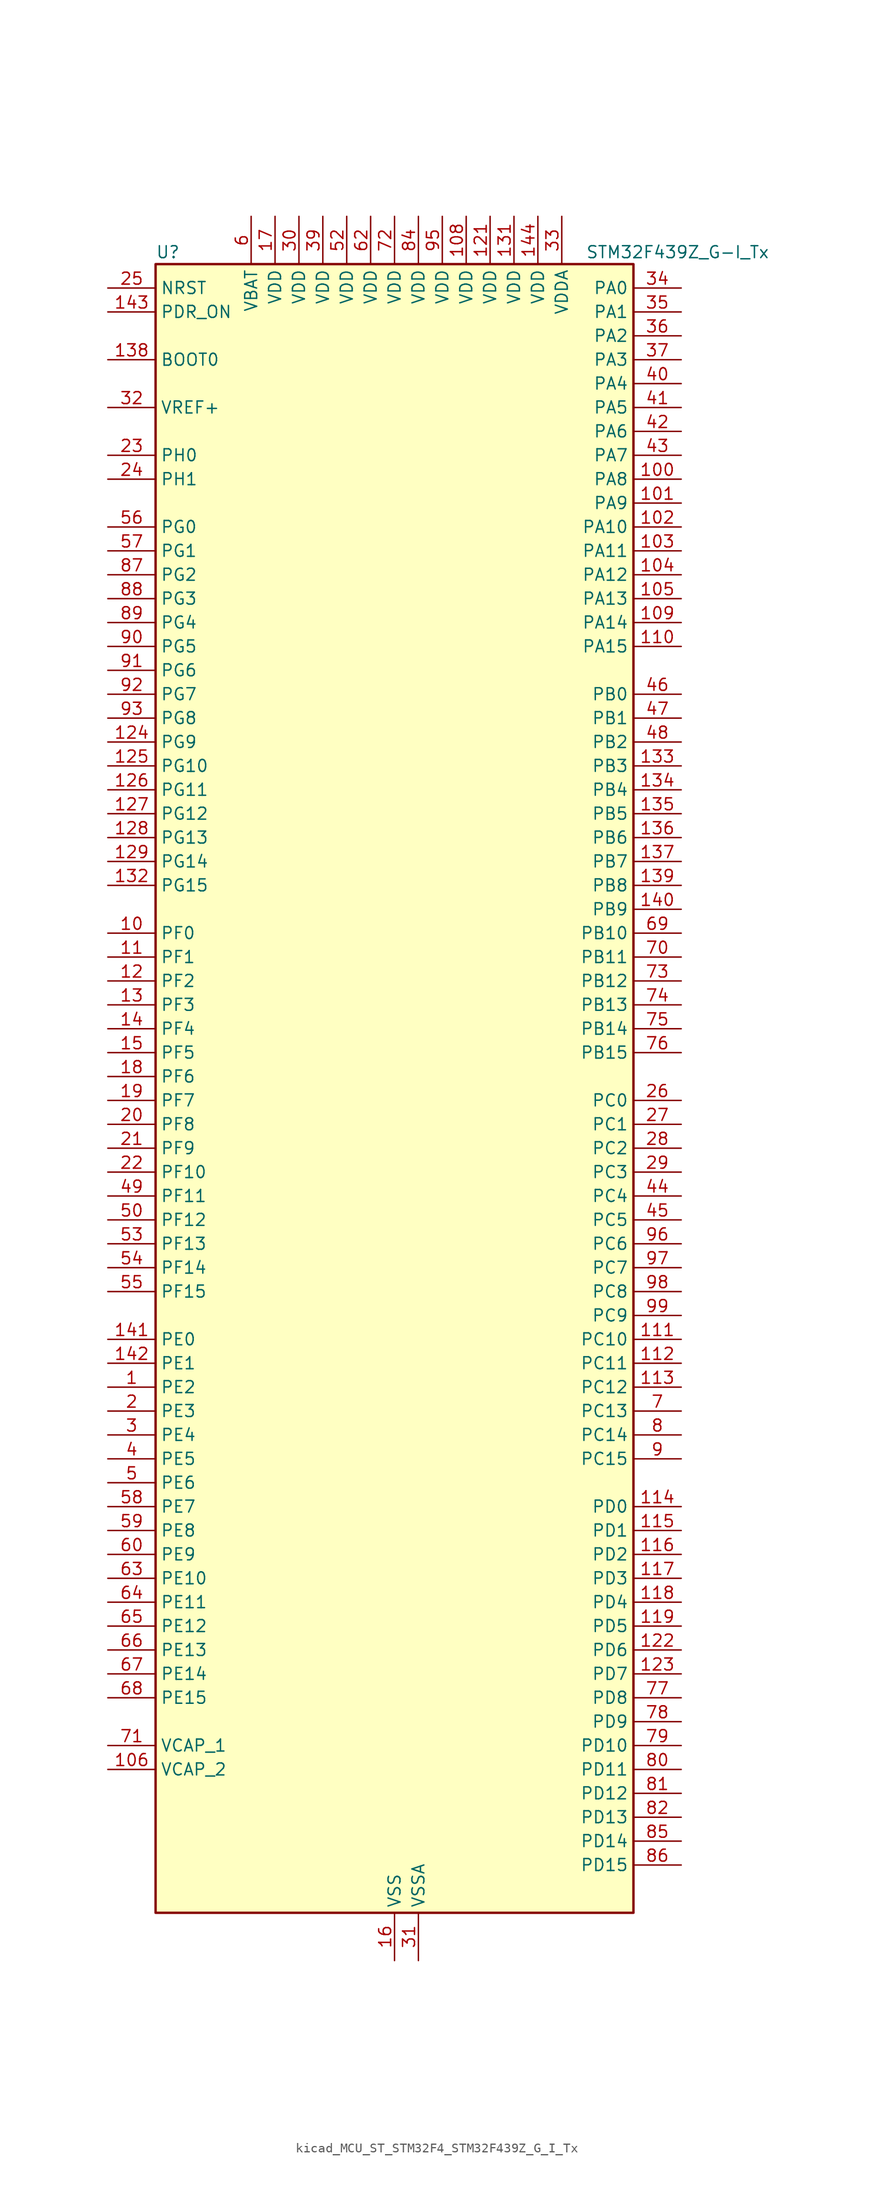
<source format=kicad_sym>
(kicad_symbol_lib
  (version 20220914)
  (generator kicad_symbol_editor)
  (symbol "kicad_MCU_ST_STM32F4_STM32F439Z_G_I_Tx"
    (property "Reference" "U"
      (at -25.4 90.17 0)
      (effects (font (size 1.27 1.27)) (justify left)))
    (property "Value" "STM32F439Z_G-I_Tx"
      (at 20.32 90.17 0)
      (effects (font (size 1.27 1.27)) (justify left)))
    (property "ki_locked" ""
      (at 0 0 0)
      (effects (font (size 1.27 1.27))))
    (symbol "kicad_MCU_ST_STM32F4_STM32F439Z_G_I_Tx_0_1"
      (rectangle (start -25.4 -86.36) (end 25.4 88.9) (stroke (width 0.254) (type default)) (fill (type background))))
    (symbol "kicad_MCU_ST_STM32F4_STM32F439Z_G_I_Tx_1_1"
      (pin bidirectional line (at -30.48 -30.48 0) (length 5.08) (name "PE2" (effects (font (size 1.27 1.27)))) (number "1" (effects (font (size 1.27 1.27)))) (alternate "ETH_TXD3" bidirectional line) (alternate "FMC_A23" bidirectional line) (alternate "SAI1_MCLK_A" bidirectional line) (alternate "SPI4_SCK" bidirectional line) (alternate "SYS_TRACECLK" bidirectional line))
      (pin bidirectional line (at -30.48 17.78 0) (length 5.08) (name "PF0" (effects (font (size 1.27 1.27)))) (number "10" (effects (font (size 1.27 1.27)))) (alternate "FMC_A0" bidirectional line) (alternate "I2C2_SDA" bidirectional line))
      (pin bidirectional line (at 30.48 66.04 180) (length 5.08) (name "PA8" (effects (font (size 1.27 1.27)))) (number "100" (effects (font (size 1.27 1.27)))) (alternate "I2C3_SCL" bidirectional line) (alternate "LTDC_R6" bidirectional line) (alternate "RCC_MCO_1" bidirectional line) (alternate "TIM1_CH1" bidirectional line) (alternate "USART1_CK" bidirectional line) (alternate "USB_OTG_FS_SOF" bidirectional line))
      (pin bidirectional line (at 30.48 63.5 180) (length 5.08) (name "PA9" (effects (font (size 1.27 1.27)))) (number "101" (effects (font (size 1.27 1.27)))) (alternate "DAC_EXTI9" bidirectional line) (alternate "DCMI_D0" bidirectional line) (alternate "I2C3_SMBA" bidirectional line) (alternate "TIM1_CH2" bidirectional line) (alternate "USART1_TX" bidirectional line) (alternate "USB_OTG_FS_VBUS" bidirectional line))
      (pin bidirectional line (at 30.48 60.96 180) (length 5.08) (name "PA10" (effects (font (size 1.27 1.27)))) (number "102" (effects (font (size 1.27 1.27)))) (alternate "DCMI_D1" bidirectional line) (alternate "TIM1_CH3" bidirectional line) (alternate "USART1_RX" bidirectional line) (alternate "USB_OTG_FS_ID" bidirectional line))
      (pin bidirectional line (at 30.48 58.42 180) (length 5.08) (name "PA11" (effects (font (size 1.27 1.27)))) (number "103" (effects (font (size 1.27 1.27)))) (alternate "ADC1_EXTI11" bidirectional line) (alternate "ADC2_EXTI11" bidirectional line) (alternate "ADC3_EXTI11" bidirectional line) (alternate "CAN1_RX" bidirectional line) (alternate "LTDC_R4" bidirectional line) (alternate "TIM1_CH4" bidirectional line) (alternate "USART1_CTS" bidirectional line) (alternate "USB_OTG_FS_DM" bidirectional line))
      (pin bidirectional line (at 30.48 55.88 180) (length 5.08) (name "PA12" (effects (font (size 1.27 1.27)))) (number "104" (effects (font (size 1.27 1.27)))) (alternate "CAN1_TX" bidirectional line) (alternate "LTDC_R5" bidirectional line) (alternate "TIM1_ETR" bidirectional line) (alternate "USART1_RTS" bidirectional line) (alternate "USB_OTG_FS_DP" bidirectional line))
      (pin bidirectional line (at 30.48 53.34 180) (length 5.08) (name "PA13" (effects (font (size 1.27 1.27)))) (number "105" (effects (font (size 1.27 1.27)))) (alternate "SYS_JTMS-SWDIO" bidirectional line))
      (pin power_out line (at -30.48 -71.12 0) (length 5.08) (name "VCAP_2" (effects (font (size 1.27 1.27)))) (number "106" (effects (font (size 1.27 1.27)))))
      (pin passive line (at 0 -91.44 90) (length 5.08) hide (name "VSS" (effects (font (size 1.27 1.27)))) (number "107" (effects (font (size 1.27 1.27)))))
      (pin power_in line (at 7.62 93.98 270) (length 5.08) (name "VDD" (effects (font (size 1.27 1.27)))) (number "108" (effects (font (size 1.27 1.27)))))
      (pin bidirectional line (at 30.48 50.8 180) (length 5.08) (name "PA14" (effects (font (size 1.27 1.27)))) (number "109" (effects (font (size 1.27 1.27)))) (alternate "SYS_JTCK-SWCLK" bidirectional line))
      (pin bidirectional line (at -30.48 15.24 0) (length 5.08) (name "PF1" (effects (font (size 1.27 1.27)))) (number "11" (effects (font (size 1.27 1.27)))) (alternate "FMC_A1" bidirectional line) (alternate "I2C2_SCL" bidirectional line))
      (pin bidirectional line (at 30.48 48.26 180) (length 5.08) (name "PA15" (effects (font (size 1.27 1.27)))) (number "110" (effects (font (size 1.27 1.27)))) (alternate "ADC1_EXTI15" bidirectional line) (alternate "ADC2_EXTI15" bidirectional line) (alternate "ADC3_EXTI15" bidirectional line) (alternate "I2S3_WS" bidirectional line) (alternate "SPI1_NSS" bidirectional line) (alternate "SPI3_NSS" bidirectional line) (alternate "SYS_JTDI" bidirectional line) (alternate "TIM2_CH1" bidirectional line) (alternate "TIM2_ETR" bidirectional line))
      (pin bidirectional line (at 30.48 -25.4 180) (length 5.08) (name "PC10" (effects (font (size 1.27 1.27)))) (number "111" (effects (font (size 1.27 1.27)))) (alternate "DCMI_D8" bidirectional line) (alternate "I2S3_CK" bidirectional line) (alternate "LTDC_R2" bidirectional line) (alternate "SDIO_D2" bidirectional line) (alternate "SPI3_SCK" bidirectional line) (alternate "UART4_TX" bidirectional line) (alternate "USART3_TX" bidirectional line))
      (pin bidirectional line (at 30.48 -27.94 180) (length 5.08) (name "PC11" (effects (font (size 1.27 1.27)))) (number "112" (effects (font (size 1.27 1.27)))) (alternate "ADC1_EXTI11" bidirectional line) (alternate "ADC2_EXTI11" bidirectional line) (alternate "ADC3_EXTI11" bidirectional line) (alternate "DCMI_D4" bidirectional line) (alternate "I2S3_ext_SD" bidirectional line) (alternate "SDIO_D3" bidirectional line) (alternate "SPI3_MISO" bidirectional line) (alternate "UART4_RX" bidirectional line) (alternate "USART3_RX" bidirectional line))
      (pin bidirectional line (at 30.48 -30.48 180) (length 5.08) (name "PC12" (effects (font (size 1.27 1.27)))) (number "113" (effects (font (size 1.27 1.27)))) (alternate "DCMI_D9" bidirectional line) (alternate "I2S3_SD" bidirectional line) (alternate "SDIO_CK" bidirectional line) (alternate "SPI3_MOSI" bidirectional line) (alternate "UART5_TX" bidirectional line) (alternate "USART3_CK" bidirectional line))
      (pin bidirectional line (at 30.48 -43.18 180) (length 5.08) (name "PD0" (effects (font (size 1.27 1.27)))) (number "114" (effects (font (size 1.27 1.27)))) (alternate "CAN1_RX" bidirectional line) (alternate "FMC_D2" bidirectional line) (alternate "FMC_DA2" bidirectional line))
      (pin bidirectional line (at 30.48 -45.72 180) (length 5.08) (name "PD1" (effects (font (size 1.27 1.27)))) (number "115" (effects (font (size 1.27 1.27)))) (alternate "CAN1_TX" bidirectional line) (alternate "FMC_D3" bidirectional line) (alternate "FMC_DA3" bidirectional line))
      (pin bidirectional line (at 30.48 -48.26 180) (length 5.08) (name "PD2" (effects (font (size 1.27 1.27)))) (number "116" (effects (font (size 1.27 1.27)))) (alternate "DCMI_D11" bidirectional line) (alternate "SDIO_CMD" bidirectional line) (alternate "TIM3_ETR" bidirectional line) (alternate "UART5_RX" bidirectional line))
      (pin bidirectional line (at 30.48 -50.8 180) (length 5.08) (name "PD3" (effects (font (size 1.27 1.27)))) (number "117" (effects (font (size 1.27 1.27)))) (alternate "DCMI_D5" bidirectional line) (alternate "FMC_CLK" bidirectional line) (alternate "I2S2_CK" bidirectional line) (alternate "LTDC_G7" bidirectional line) (alternate "SPI2_SCK" bidirectional line) (alternate "USART2_CTS" bidirectional line))
      (pin bidirectional line (at 30.48 -53.34 180) (length 5.08) (name "PD4" (effects (font (size 1.27 1.27)))) (number "118" (effects (font (size 1.27 1.27)))) (alternate "FMC_NOE" bidirectional line) (alternate "USART2_RTS" bidirectional line))
      (pin bidirectional line (at 30.48 -55.88 180) (length 5.08) (name "PD5" (effects (font (size 1.27 1.27)))) (number "119" (effects (font (size 1.27 1.27)))) (alternate "FMC_NWE" bidirectional line) (alternate "USART2_TX" bidirectional line))
      (pin bidirectional line (at -30.48 12.7 0) (length 5.08) (name "PF2" (effects (font (size 1.27 1.27)))) (number "12" (effects (font (size 1.27 1.27)))) (alternate "FMC_A2" bidirectional line) (alternate "I2C2_SMBA" bidirectional line))
      (pin passive line (at 0 -91.44 90) (length 5.08) hide (name "VSS" (effects (font (size 1.27 1.27)))) (number "120" (effects (font (size 1.27 1.27)))))
      (pin power_in line (at 10.16 93.98 270) (length 5.08) (name "VDD" (effects (font (size 1.27 1.27)))) (number "121" (effects (font (size 1.27 1.27)))))
      (pin bidirectional line (at 30.48 -58.42 180) (length 5.08) (name "PD6" (effects (font (size 1.27 1.27)))) (number "122" (effects (font (size 1.27 1.27)))) (alternate "DCMI_D10" bidirectional line) (alternate "FMC_NWAIT" bidirectional line) (alternate "I2S3_SD" bidirectional line) (alternate "LTDC_B2" bidirectional line) (alternate "SAI1_SD_A" bidirectional line) (alternate "SPI3_MOSI" bidirectional line) (alternate "USART2_RX" bidirectional line))
      (pin bidirectional line (at 30.48 -60.96 180) (length 5.08) (name "PD7" (effects (font (size 1.27 1.27)))) (number "123" (effects (font (size 1.27 1.27)))) (alternate "FMC_NCE2" bidirectional line) (alternate "FMC_NE1" bidirectional line) (alternate "USART2_CK" bidirectional line))
      (pin bidirectional line (at -30.48 38.1 0) (length 5.08) (name "PG9" (effects (font (size 1.27 1.27)))) (number "124" (effects (font (size 1.27 1.27)))) (alternate "DAC_EXTI9" bidirectional line) (alternate "DCMI_VSYNC" bidirectional line) (alternate "FMC_NCE3" bidirectional line) (alternate "FMC_NE2" bidirectional line) (alternate "USART6_RX" bidirectional line))
      (pin bidirectional line (at -30.48 35.56 0) (length 5.08) (name "PG10" (effects (font (size 1.27 1.27)))) (number "125" (effects (font (size 1.27 1.27)))) (alternate "DCMI_D2" bidirectional line) (alternate "FMC_NCE4_1" bidirectional line) (alternate "FMC_NE3" bidirectional line) (alternate "LTDC_B2" bidirectional line) (alternate "LTDC_G3" bidirectional line))
      (pin bidirectional line (at -30.48 33.02 0) (length 5.08) (name "PG11" (effects (font (size 1.27 1.27)))) (number "126" (effects (font (size 1.27 1.27)))) (alternate "ADC1_EXTI11" bidirectional line) (alternate "ADC2_EXTI11" bidirectional line) (alternate "ADC3_EXTI11" bidirectional line) (alternate "DCMI_D3" bidirectional line) (alternate "ETH_TX_EN" bidirectional line) (alternate "FMC_NCE4_2" bidirectional line) (alternate "LTDC_B3" bidirectional line))
      (pin bidirectional line (at -30.48 30.48 0) (length 5.08) (name "PG12" (effects (font (size 1.27 1.27)))) (number "127" (effects (font (size 1.27 1.27)))) (alternate "FMC_NE4" bidirectional line) (alternate "LTDC_B1" bidirectional line) (alternate "LTDC_B4" bidirectional line) (alternate "SPI6_MISO" bidirectional line) (alternate "USART6_RTS" bidirectional line))
      (pin bidirectional line (at -30.48 27.94 0) (length 5.08) (name "PG13" (effects (font (size 1.27 1.27)))) (number "128" (effects (font (size 1.27 1.27)))) (alternate "ETH_TXD0" bidirectional line) (alternate "FMC_A24" bidirectional line) (alternate "SPI6_SCK" bidirectional line) (alternate "USART6_CTS" bidirectional line))
      (pin bidirectional line (at -30.48 25.4 0) (length 5.08) (name "PG14" (effects (font (size 1.27 1.27)))) (number "129" (effects (font (size 1.27 1.27)))) (alternate "ETH_TXD1" bidirectional line) (alternate "FMC_A25" bidirectional line) (alternate "SPI6_MOSI" bidirectional line) (alternate "USART6_TX" bidirectional line))
      (pin bidirectional line (at -30.48 10.16 0) (length 5.08) (name "PF3" (effects (font (size 1.27 1.27)))) (number "13" (effects (font (size 1.27 1.27)))) (alternate "ADC3_IN9" bidirectional line) (alternate "FMC_A3" bidirectional line))
      (pin passive line (at 0 -91.44 90) (length 5.08) hide (name "VSS" (effects (font (size 1.27 1.27)))) (number "130" (effects (font (size 1.27 1.27)))))
      (pin power_in line (at 12.7 93.98 270) (length 5.08) (name "VDD" (effects (font (size 1.27 1.27)))) (number "131" (effects (font (size 1.27 1.27)))))
      (pin bidirectional line (at -30.48 22.86 0) (length 5.08) (name "PG15" (effects (font (size 1.27 1.27)))) (number "132" (effects (font (size 1.27 1.27)))) (alternate "ADC1_EXTI15" bidirectional line) (alternate "ADC2_EXTI15" bidirectional line) (alternate "ADC3_EXTI15" bidirectional line) (alternate "DCMI_D13" bidirectional line) (alternate "FMC_SDNCAS" bidirectional line) (alternate "USART6_CTS" bidirectional line))
      (pin bidirectional line (at 30.48 35.56 180) (length 5.08) (name "PB3" (effects (font (size 1.27 1.27)))) (number "133" (effects (font (size 1.27 1.27)))) (alternate "I2S3_CK" bidirectional line) (alternate "SPI1_SCK" bidirectional line) (alternate "SPI3_SCK" bidirectional line) (alternate "SYS_JTDO-SWO" bidirectional line) (alternate "TIM2_CH2" bidirectional line))
      (pin bidirectional line (at 30.48 33.02 180) (length 5.08) (name "PB4" (effects (font (size 1.27 1.27)))) (number "134" (effects (font (size 1.27 1.27)))) (alternate "I2S3_ext_SD" bidirectional line) (alternate "SPI1_MISO" bidirectional line) (alternate "SPI3_MISO" bidirectional line) (alternate "SYS_JTRST" bidirectional line) (alternate "TIM3_CH1" bidirectional line))
      (pin bidirectional line (at 30.48 30.48 180) (length 5.08) (name "PB5" (effects (font (size 1.27 1.27)))) (number "135" (effects (font (size 1.27 1.27)))) (alternate "CAN2_RX" bidirectional line) (alternate "DCMI_D10" bidirectional line) (alternate "ETH_PPS_OUT" bidirectional line) (alternate "FMC_SDCKE1" bidirectional line) (alternate "I2C1_SMBA" bidirectional line) (alternate "I2S3_SD" bidirectional line) (alternate "SPI1_MOSI" bidirectional line) (alternate "SPI3_MOSI" bidirectional line) (alternate "TIM3_CH2" bidirectional line) (alternate "USB_OTG_HS_ULPI_D7" bidirectional line))
      (pin bidirectional line (at 30.48 27.94 180) (length 5.08) (name "PB6" (effects (font (size 1.27 1.27)))) (number "136" (effects (font (size 1.27 1.27)))) (alternate "CAN2_TX" bidirectional line) (alternate "DCMI_D5" bidirectional line) (alternate "FMC_SDNE1" bidirectional line) (alternate "I2C1_SCL" bidirectional line) (alternate "TIM4_CH1" bidirectional line) (alternate "USART1_TX" bidirectional line))
      (pin bidirectional line (at 30.48 25.4 180) (length 5.08) (name "PB7" (effects (font (size 1.27 1.27)))) (number "137" (effects (font (size 1.27 1.27)))) (alternate "DCMI_VSYNC" bidirectional line) (alternate "FMC_NL" bidirectional line) (alternate "I2C1_SDA" bidirectional line) (alternate "TIM4_CH2" bidirectional line) (alternate "USART1_RX" bidirectional line))
      (pin input line (at -30.48 78.74 0) (length 5.08) (name "BOOT0" (effects (font (size 1.27 1.27)))) (number "138" (effects (font (size 1.27 1.27)))))
      (pin bidirectional line (at 30.48 22.86 180) (length 5.08) (name "PB8" (effects (font (size 1.27 1.27)))) (number "139" (effects (font (size 1.27 1.27)))) (alternate "CAN1_RX" bidirectional line) (alternate "DCMI_D6" bidirectional line) (alternate "ETH_TXD3" bidirectional line) (alternate "I2C1_SCL" bidirectional line) (alternate "LTDC_B6" bidirectional line) (alternate "SDIO_D4" bidirectional line) (alternate "TIM10_CH1" bidirectional line) (alternate "TIM4_CH3" bidirectional line))
      (pin bidirectional line (at -30.48 7.62 0) (length 5.08) (name "PF4" (effects (font (size 1.27 1.27)))) (number "14" (effects (font (size 1.27 1.27)))) (alternate "ADC3_IN14" bidirectional line) (alternate "FMC_A4" bidirectional line))
      (pin bidirectional line (at 30.48 20.32 180) (length 5.08) (name "PB9" (effects (font (size 1.27 1.27)))) (number "140" (effects (font (size 1.27 1.27)))) (alternate "CAN1_TX" bidirectional line) (alternate "DAC_EXTI9" bidirectional line) (alternate "DCMI_D7" bidirectional line) (alternate "I2C1_SDA" bidirectional line) (alternate "I2S2_WS" bidirectional line) (alternate "LTDC_B7" bidirectional line) (alternate "SDIO_D5" bidirectional line) (alternate "SPI2_NSS" bidirectional line) (alternate "TIM11_CH1" bidirectional line) (alternate "TIM4_CH4" bidirectional line))
      (pin bidirectional line (at -30.48 -25.4 0) (length 5.08) (name "PE0" (effects (font (size 1.27 1.27)))) (number "141" (effects (font (size 1.27 1.27)))) (alternate "DCMI_D2" bidirectional line) (alternate "FMC_NBL0" bidirectional line) (alternate "TIM4_ETR" bidirectional line) (alternate "UART8_RX" bidirectional line))
      (pin bidirectional line (at -30.48 -27.94 0) (length 5.08) (name "PE1" (effects (font (size 1.27 1.27)))) (number "142" (effects (font (size 1.27 1.27)))) (alternate "DCMI_D3" bidirectional line) (alternate "FMC_NBL1" bidirectional line) (alternate "UART8_TX" bidirectional line))
      (pin input line (at -30.48 83.82 0) (length 5.08) (name "PDR_ON" (effects (font (size 1.27 1.27)))) (number "143" (effects (font (size 1.27 1.27)))))
      (pin power_in line (at 15.24 93.98 270) (length 5.08) (name "VDD" (effects (font (size 1.27 1.27)))) (number "144" (effects (font (size 1.27 1.27)))))
      (pin bidirectional line (at -30.48 5.08 0) (length 5.08) (name "PF5" (effects (font (size 1.27 1.27)))) (number "15" (effects (font (size 1.27 1.27)))) (alternate "ADC3_IN15" bidirectional line) (alternate "FMC_A5" bidirectional line))
      (pin power_in line (at 0 -91.44 90) (length 5.08) (name "VSS" (effects (font (size 1.27 1.27)))) (number "16" (effects (font (size 1.27 1.27)))))
      (pin power_in line (at -12.7 93.98 270) (length 5.08) (name "VDD" (effects (font (size 1.27 1.27)))) (number "17" (effects (font (size 1.27 1.27)))))
      (pin bidirectional line (at -30.48 2.54 0) (length 5.08) (name "PF6" (effects (font (size 1.27 1.27)))) (number "18" (effects (font (size 1.27 1.27)))) (alternate "ADC3_IN4" bidirectional line) (alternate "FMC_NIORD" bidirectional line) (alternate "SAI1_SD_B" bidirectional line) (alternate "SPI5_NSS" bidirectional line) (alternate "TIM10_CH1" bidirectional line) (alternate "UART7_RX" bidirectional line))
      (pin bidirectional line (at -30.48 0 0) (length 5.08) (name "PF7" (effects (font (size 1.27 1.27)))) (number "19" (effects (font (size 1.27 1.27)))) (alternate "ADC3_IN5" bidirectional line) (alternate "FMC_NREG" bidirectional line) (alternate "SAI1_MCLK_B" bidirectional line) (alternate "SPI5_SCK" bidirectional line) (alternate "TIM11_CH1" bidirectional line) (alternate "UART7_TX" bidirectional line))
      (pin bidirectional line (at -30.48 -33.02 0) (length 5.08) (name "PE3" (effects (font (size 1.27 1.27)))) (number "2" (effects (font (size 1.27 1.27)))) (alternate "FMC_A19" bidirectional line) (alternate "SAI1_SD_B" bidirectional line) (alternate "SYS_TRACED0" bidirectional line))
      (pin bidirectional line (at -30.48 -2.54 0) (length 5.08) (name "PF8" (effects (font (size 1.27 1.27)))) (number "20" (effects (font (size 1.27 1.27)))) (alternate "ADC3_IN6" bidirectional line) (alternate "FMC_NIOWR" bidirectional line) (alternate "SAI1_SCK_B" bidirectional line) (alternate "SPI5_MISO" bidirectional line) (alternate "TIM13_CH1" bidirectional line))
      (pin bidirectional line (at -30.48 -5.08 0) (length 5.08) (name "PF9" (effects (font (size 1.27 1.27)))) (number "21" (effects (font (size 1.27 1.27)))) (alternate "ADC3_IN7" bidirectional line) (alternate "DAC_EXTI9" bidirectional line) (alternate "FMC_CD" bidirectional line) (alternate "SAI1_FS_B" bidirectional line) (alternate "SPI5_MOSI" bidirectional line) (alternate "TIM14_CH1" bidirectional line))
      (pin bidirectional line (at -30.48 -7.62 0) (length 5.08) (name "PF10" (effects (font (size 1.27 1.27)))) (number "22" (effects (font (size 1.27 1.27)))) (alternate "ADC3_IN8" bidirectional line) (alternate "DCMI_D11" bidirectional line) (alternate "FMC_INTR" bidirectional line) (alternate "LTDC_DE" bidirectional line))
      (pin bidirectional line (at -30.48 68.58 0) (length 5.08) (name "PH0" (effects (font (size 1.27 1.27)))) (number "23" (effects (font (size 1.27 1.27)))) (alternate "RCC_OSC_IN" bidirectional line))
      (pin bidirectional line (at -30.48 66.04 0) (length 5.08) (name "PH1" (effects (font (size 1.27 1.27)))) (number "24" (effects (font (size 1.27 1.27)))) (alternate "RCC_OSC_OUT" bidirectional line))
      (pin input line (at -30.48 86.36 0) (length 5.08) (name "NRST" (effects (font (size 1.27 1.27)))) (number "25" (effects (font (size 1.27 1.27)))))
      (pin bidirectional line (at 30.48 0 180) (length 5.08) (name "PC0" (effects (font (size 1.27 1.27)))) (number "26" (effects (font (size 1.27 1.27)))) (alternate "ADC1_IN10" bidirectional line) (alternate "ADC2_IN10" bidirectional line) (alternate "ADC3_IN10" bidirectional line) (alternate "FMC_SDNWE" bidirectional line) (alternate "USB_OTG_HS_ULPI_STP" bidirectional line))
      (pin bidirectional line (at 30.48 -2.54 180) (length 5.08) (name "PC1" (effects (font (size 1.27 1.27)))) (number "27" (effects (font (size 1.27 1.27)))) (alternate "ADC1_IN11" bidirectional line) (alternate "ADC2_IN11" bidirectional line) (alternate "ADC3_IN11" bidirectional line) (alternate "ETH_MDC" bidirectional line))
      (pin bidirectional line (at 30.48 -5.08 180) (length 5.08) (name "PC2" (effects (font (size 1.27 1.27)))) (number "28" (effects (font (size 1.27 1.27)))) (alternate "ADC1_IN12" bidirectional line) (alternate "ADC2_IN12" bidirectional line) (alternate "ADC3_IN12" bidirectional line) (alternate "ETH_TXD2" bidirectional line) (alternate "FMC_SDNE0" bidirectional line) (alternate "I2S2_ext_SD" bidirectional line) (alternate "SPI2_MISO" bidirectional line) (alternate "USB_OTG_HS_ULPI_DIR" bidirectional line))
      (pin bidirectional line (at 30.48 -7.62 180) (length 5.08) (name "PC3" (effects (font (size 1.27 1.27)))) (number "29" (effects (font (size 1.27 1.27)))) (alternate "ADC1_IN13" bidirectional line) (alternate "ADC2_IN13" bidirectional line) (alternate "ADC3_IN13" bidirectional line) (alternate "ETH_TX_CLK" bidirectional line) (alternate "FMC_SDCKE0" bidirectional line) (alternate "I2S2_SD" bidirectional line) (alternate "SPI2_MOSI" bidirectional line) (alternate "USB_OTG_HS_ULPI_NXT" bidirectional line))
      (pin bidirectional line (at -30.48 -35.56 0) (length 5.08) (name "PE4" (effects (font (size 1.27 1.27)))) (number "3" (effects (font (size 1.27 1.27)))) (alternate "DCMI_D4" bidirectional line) (alternate "FMC_A20" bidirectional line) (alternate "LTDC_B0" bidirectional line) (alternate "SAI1_FS_A" bidirectional line) (alternate "SPI4_NSS" bidirectional line) (alternate "SYS_TRACED1" bidirectional line))
      (pin power_in line (at -10.16 93.98 270) (length 5.08) (name "VDD" (effects (font (size 1.27 1.27)))) (number "30" (effects (font (size 1.27 1.27)))))
      (pin power_in line (at 2.54 -91.44 90) (length 5.08) (name "VSSA" (effects (font (size 1.27 1.27)))) (number "31" (effects (font (size 1.27 1.27)))))
      (pin input line (at -30.48 73.66 0) (length 5.08) (name "VREF+" (effects (font (size 1.27 1.27)))) (number "32" (effects (font (size 1.27 1.27)))))
      (pin power_in line (at 17.78 93.98 270) (length 5.08) (name "VDDA" (effects (font (size 1.27 1.27)))) (number "33" (effects (font (size 1.27 1.27)))))
      (pin bidirectional line (at 30.48 86.36 180) (length 5.08) (name "PA0" (effects (font (size 1.27 1.27)))) (number "34" (effects (font (size 1.27 1.27)))) (alternate "ADC1_IN0" bidirectional line) (alternate "ADC2_IN0" bidirectional line) (alternate "ADC3_IN0" bidirectional line) (alternate "ETH_CRS" bidirectional line) (alternate "SYS_WKUP" bidirectional line) (alternate "TIM2_CH1" bidirectional line) (alternate "TIM2_ETR" bidirectional line) (alternate "TIM5_CH1" bidirectional line) (alternate "TIM8_ETR" bidirectional line) (alternate "UART4_TX" bidirectional line) (alternate "USART2_CTS" bidirectional line))
      (pin bidirectional line (at 30.48 83.82 180) (length 5.08) (name "PA1" (effects (font (size 1.27 1.27)))) (number "35" (effects (font (size 1.27 1.27)))) (alternate "ADC1_IN1" bidirectional line) (alternate "ADC2_IN1" bidirectional line) (alternate "ADC3_IN1" bidirectional line) (alternate "ETH_REF_CLK" bidirectional line) (alternate "ETH_RX_CLK" bidirectional line) (alternate "TIM2_CH2" bidirectional line) (alternate "TIM5_CH2" bidirectional line) (alternate "UART4_RX" bidirectional line) (alternate "USART2_RTS" bidirectional line))
      (pin bidirectional line (at 30.48 81.28 180) (length 5.08) (name "PA2" (effects (font (size 1.27 1.27)))) (number "36" (effects (font (size 1.27 1.27)))) (alternate "ADC1_IN2" bidirectional line) (alternate "ADC2_IN2" bidirectional line) (alternate "ADC3_IN2" bidirectional line) (alternate "ETH_MDIO" bidirectional line) (alternate "TIM2_CH3" bidirectional line) (alternate "TIM5_CH3" bidirectional line) (alternate "TIM9_CH1" bidirectional line) (alternate "USART2_TX" bidirectional line))
      (pin bidirectional line (at 30.48 78.74 180) (length 5.08) (name "PA3" (effects (font (size 1.27 1.27)))) (number "37" (effects (font (size 1.27 1.27)))) (alternate "ADC1_IN3" bidirectional line) (alternate "ADC2_IN3" bidirectional line) (alternate "ADC3_IN3" bidirectional line) (alternate "ETH_COL" bidirectional line) (alternate "LTDC_B5" bidirectional line) (alternate "TIM2_CH4" bidirectional line) (alternate "TIM5_CH4" bidirectional line) (alternate "TIM9_CH2" bidirectional line) (alternate "USART2_RX" bidirectional line) (alternate "USB_OTG_HS_ULPI_D0" bidirectional line))
      (pin passive line (at 0 -91.44 90) (length 5.08) hide (name "VSS" (effects (font (size 1.27 1.27)))) (number "38" (effects (font (size 1.27 1.27)))))
      (pin power_in line (at -7.62 93.98 270) (length 5.08) (name "VDD" (effects (font (size 1.27 1.27)))) (number "39" (effects (font (size 1.27 1.27)))))
      (pin bidirectional line (at -30.48 -38.1 0) (length 5.08) (name "PE5" (effects (font (size 1.27 1.27)))) (number "4" (effects (font (size 1.27 1.27)))) (alternate "DCMI_D6" bidirectional line) (alternate "FMC_A21" bidirectional line) (alternate "LTDC_G0" bidirectional line) (alternate "SAI1_SCK_A" bidirectional line) (alternate "SPI4_MISO" bidirectional line) (alternate "SYS_TRACED2" bidirectional line) (alternate "TIM9_CH1" bidirectional line))
      (pin bidirectional line (at 30.48 76.2 180) (length 5.08) (name "PA4" (effects (font (size 1.27 1.27)))) (number "40" (effects (font (size 1.27 1.27)))) (alternate "ADC1_IN4" bidirectional line) (alternate "ADC2_IN4" bidirectional line) (alternate "DAC_OUT1" bidirectional line) (alternate "DCMI_HSYNC" bidirectional line) (alternate "I2S3_WS" bidirectional line) (alternate "LTDC_VSYNC" bidirectional line) (alternate "SPI1_NSS" bidirectional line) (alternate "SPI3_NSS" bidirectional line) (alternate "USART2_CK" bidirectional line) (alternate "USB_OTG_HS_SOF" bidirectional line))
      (pin bidirectional line (at 30.48 73.66 180) (length 5.08) (name "PA5" (effects (font (size 1.27 1.27)))) (number "41" (effects (font (size 1.27 1.27)))) (alternate "ADC1_IN5" bidirectional line) (alternate "ADC2_IN5" bidirectional line) (alternate "DAC_OUT2" bidirectional line) (alternate "SPI1_SCK" bidirectional line) (alternate "TIM2_CH1" bidirectional line) (alternate "TIM2_ETR" bidirectional line) (alternate "TIM8_CH1N" bidirectional line) (alternate "USB_OTG_HS_ULPI_CK" bidirectional line))
      (pin bidirectional line (at 30.48 71.12 180) (length 5.08) (name "PA6" (effects (font (size 1.27 1.27)))) (number "42" (effects (font (size 1.27 1.27)))) (alternate "ADC1_IN6" bidirectional line) (alternate "ADC2_IN6" bidirectional line) (alternate "DCMI_PIXCLK" bidirectional line) (alternate "LTDC_G2" bidirectional line) (alternate "SPI1_MISO" bidirectional line) (alternate "TIM13_CH1" bidirectional line) (alternate "TIM1_BKIN" bidirectional line) (alternate "TIM3_CH1" bidirectional line) (alternate "TIM8_BKIN" bidirectional line))
      (pin bidirectional line (at 30.48 68.58 180) (length 5.08) (name "PA7" (effects (font (size 1.27 1.27)))) (number "43" (effects (font (size 1.27 1.27)))) (alternate "ADC1_IN7" bidirectional line) (alternate "ADC2_IN7" bidirectional line) (alternate "ETH_CRS_DV" bidirectional line) (alternate "ETH_RX_DV" bidirectional line) (alternate "SPI1_MOSI" bidirectional line) (alternate "TIM14_CH1" bidirectional line) (alternate "TIM1_CH1N" bidirectional line) (alternate "TIM3_CH2" bidirectional line) (alternate "TIM8_CH1N" bidirectional line))
      (pin bidirectional line (at 30.48 -10.16 180) (length 5.08) (name "PC4" (effects (font (size 1.27 1.27)))) (number "44" (effects (font (size 1.27 1.27)))) (alternate "ADC1_IN14" bidirectional line) (alternate "ADC2_IN14" bidirectional line) (alternate "ETH_RXD0" bidirectional line))
      (pin bidirectional line (at 30.48 -12.7 180) (length 5.08) (name "PC5" (effects (font (size 1.27 1.27)))) (number "45" (effects (font (size 1.27 1.27)))) (alternate "ADC1_IN15" bidirectional line) (alternate "ADC2_IN15" bidirectional line) (alternate "ETH_RXD1" bidirectional line))
      (pin bidirectional line (at 30.48 43.18 180) (length 5.08) (name "PB0" (effects (font (size 1.27 1.27)))) (number "46" (effects (font (size 1.27 1.27)))) (alternate "ADC1_IN8" bidirectional line) (alternate "ADC2_IN8" bidirectional line) (alternate "ETH_RXD2" bidirectional line) (alternate "LTDC_R3" bidirectional line) (alternate "TIM1_CH2N" bidirectional line) (alternate "TIM3_CH3" bidirectional line) (alternate "TIM8_CH2N" bidirectional line) (alternate "USB_OTG_HS_ULPI_D1" bidirectional line))
      (pin bidirectional line (at 30.48 40.64 180) (length 5.08) (name "PB1" (effects (font (size 1.27 1.27)))) (number "47" (effects (font (size 1.27 1.27)))) (alternate "ADC1_IN9" bidirectional line) (alternate "ADC2_IN9" bidirectional line) (alternate "ETH_RXD3" bidirectional line) (alternate "LTDC_R6" bidirectional line) (alternate "TIM1_CH3N" bidirectional line) (alternate "TIM3_CH4" bidirectional line) (alternate "TIM8_CH3N" bidirectional line) (alternate "USB_OTG_HS_ULPI_D2" bidirectional line))
      (pin bidirectional line (at 30.48 38.1 180) (length 5.08) (name "PB2" (effects (font (size 1.27 1.27)))) (number "48" (effects (font (size 1.27 1.27)))))
      (pin bidirectional line (at -30.48 -10.16 0) (length 5.08) (name "PF11" (effects (font (size 1.27 1.27)))) (number "49" (effects (font (size 1.27 1.27)))) (alternate "ADC1_EXTI11" bidirectional line) (alternate "ADC2_EXTI11" bidirectional line) (alternate "ADC3_EXTI11" bidirectional line) (alternate "DCMI_D12" bidirectional line) (alternate "FMC_SDNRAS" bidirectional line) (alternate "SPI5_MOSI" bidirectional line))
      (pin bidirectional line (at -30.48 -40.64 0) (length 5.08) (name "PE6" (effects (font (size 1.27 1.27)))) (number "5" (effects (font (size 1.27 1.27)))) (alternate "DCMI_D7" bidirectional line) (alternate "FMC_A22" bidirectional line) (alternate "LTDC_G1" bidirectional line) (alternate "SAI1_SD_A" bidirectional line) (alternate "SPI4_MOSI" bidirectional line) (alternate "SYS_TRACED3" bidirectional line) (alternate "TIM9_CH2" bidirectional line))
      (pin bidirectional line (at -30.48 -12.7 0) (length 5.08) (name "PF12" (effects (font (size 1.27 1.27)))) (number "50" (effects (font (size 1.27 1.27)))) (alternate "FMC_A6" bidirectional line))
      (pin passive line (at 0 -91.44 90) (length 5.08) hide (name "VSS" (effects (font (size 1.27 1.27)))) (number "51" (effects (font (size 1.27 1.27)))))
      (pin power_in line (at -5.08 93.98 270) (length 5.08) (name "VDD" (effects (font (size 1.27 1.27)))) (number "52" (effects (font (size 1.27 1.27)))))
      (pin bidirectional line (at -30.48 -15.24 0) (length 5.08) (name "PF13" (effects (font (size 1.27 1.27)))) (number "53" (effects (font (size 1.27 1.27)))) (alternate "FMC_A7" bidirectional line))
      (pin bidirectional line (at -30.48 -17.78 0) (length 5.08) (name "PF14" (effects (font (size 1.27 1.27)))) (number "54" (effects (font (size 1.27 1.27)))) (alternate "FMC_A8" bidirectional line))
      (pin bidirectional line (at -30.48 -20.32 0) (length 5.08) (name "PF15" (effects (font (size 1.27 1.27)))) (number "55" (effects (font (size 1.27 1.27)))) (alternate "ADC1_EXTI15" bidirectional line) (alternate "ADC2_EXTI15" bidirectional line) (alternate "ADC3_EXTI15" bidirectional line) (alternate "FMC_A9" bidirectional line))
      (pin bidirectional line (at -30.48 60.96 0) (length 5.08) (name "PG0" (effects (font (size 1.27 1.27)))) (number "56" (effects (font (size 1.27 1.27)))) (alternate "FMC_A10" bidirectional line))
      (pin bidirectional line (at -30.48 58.42 0) (length 5.08) (name "PG1" (effects (font (size 1.27 1.27)))) (number "57" (effects (font (size 1.27 1.27)))) (alternate "FMC_A11" bidirectional line))
      (pin bidirectional line (at -30.48 -43.18 0) (length 5.08) (name "PE7" (effects (font (size 1.27 1.27)))) (number "58" (effects (font (size 1.27 1.27)))) (alternate "FMC_D4" bidirectional line) (alternate "FMC_DA4" bidirectional line) (alternate "TIM1_ETR" bidirectional line) (alternate "UART7_RX" bidirectional line))
      (pin bidirectional line (at -30.48 -45.72 0) (length 5.08) (name "PE8" (effects (font (size 1.27 1.27)))) (number "59" (effects (font (size 1.27 1.27)))) (alternate "FMC_D5" bidirectional line) (alternate "FMC_DA5" bidirectional line) (alternate "TIM1_CH1N" bidirectional line) (alternate "UART7_TX" bidirectional line))
      (pin power_in line (at -15.24 93.98 270) (length 5.08) (name "VBAT" (effects (font (size 1.27 1.27)))) (number "6" (effects (font (size 1.27 1.27)))))
      (pin bidirectional line (at -30.48 -48.26 0) (length 5.08) (name "PE9" (effects (font (size 1.27 1.27)))) (number "60" (effects (font (size 1.27 1.27)))) (alternate "DAC_EXTI9" bidirectional line) (alternate "FMC_D6" bidirectional line) (alternate "FMC_DA6" bidirectional line) (alternate "TIM1_CH1" bidirectional line))
      (pin passive line (at 0 -91.44 90) (length 5.08) hide (name "VSS" (effects (font (size 1.27 1.27)))) (number "61" (effects (font (size 1.27 1.27)))))
      (pin power_in line (at -2.54 93.98 270) (length 5.08) (name "VDD" (effects (font (size 1.27 1.27)))) (number "62" (effects (font (size 1.27 1.27)))))
      (pin bidirectional line (at -30.48 -50.8 0) (length 5.08) (name "PE10" (effects (font (size 1.27 1.27)))) (number "63" (effects (font (size 1.27 1.27)))) (alternate "FMC_D7" bidirectional line) (alternate "FMC_DA7" bidirectional line) (alternate "TIM1_CH2N" bidirectional line))
      (pin bidirectional line (at -30.48 -53.34 0) (length 5.08) (name "PE11" (effects (font (size 1.27 1.27)))) (number "64" (effects (font (size 1.27 1.27)))) (alternate "ADC1_EXTI11" bidirectional line) (alternate "ADC2_EXTI11" bidirectional line) (alternate "ADC3_EXTI11" bidirectional line) (alternate "FMC_D8" bidirectional line) (alternate "FMC_DA8" bidirectional line) (alternate "LTDC_G3" bidirectional line) (alternate "SPI4_NSS" bidirectional line) (alternate "TIM1_CH2" bidirectional line))
      (pin bidirectional line (at -30.48 -55.88 0) (length 5.08) (name "PE12" (effects (font (size 1.27 1.27)))) (number "65" (effects (font (size 1.27 1.27)))) (alternate "FMC_D9" bidirectional line) (alternate "FMC_DA9" bidirectional line) (alternate "LTDC_B4" bidirectional line) (alternate "SPI4_SCK" bidirectional line) (alternate "TIM1_CH3N" bidirectional line))
      (pin bidirectional line (at -30.48 -58.42 0) (length 5.08) (name "PE13" (effects (font (size 1.27 1.27)))) (number "66" (effects (font (size 1.27 1.27)))) (alternate "FMC_D10" bidirectional line) (alternate "FMC_DA10" bidirectional line) (alternate "LTDC_DE" bidirectional line) (alternate "SPI4_MISO" bidirectional line) (alternate "TIM1_CH3" bidirectional line))
      (pin bidirectional line (at -30.48 -60.96 0) (length 5.08) (name "PE14" (effects (font (size 1.27 1.27)))) (number "67" (effects (font (size 1.27 1.27)))) (alternate "FMC_D11" bidirectional line) (alternate "FMC_DA11" bidirectional line) (alternate "LTDC_CLK" bidirectional line) (alternate "SPI4_MOSI" bidirectional line) (alternate "TIM1_CH4" bidirectional line))
      (pin bidirectional line (at -30.48 -63.5 0) (length 5.08) (name "PE15" (effects (font (size 1.27 1.27)))) (number "68" (effects (font (size 1.27 1.27)))) (alternate "ADC1_EXTI15" bidirectional line) (alternate "ADC2_EXTI15" bidirectional line) (alternate "ADC3_EXTI15" bidirectional line) (alternate "FMC_D12" bidirectional line) (alternate "FMC_DA12" bidirectional line) (alternate "LTDC_R7" bidirectional line) (alternate "TIM1_BKIN" bidirectional line))
      (pin bidirectional line (at 30.48 17.78 180) (length 5.08) (name "PB10" (effects (font (size 1.27 1.27)))) (number "69" (effects (font (size 1.27 1.27)))) (alternate "ETH_RX_ER" bidirectional line) (alternate "I2C2_SCL" bidirectional line) (alternate "I2S2_CK" bidirectional line) (alternate "LTDC_G4" bidirectional line) (alternate "SPI2_SCK" bidirectional line) (alternate "TIM2_CH3" bidirectional line) (alternate "USART3_TX" bidirectional line) (alternate "USB_OTG_HS_ULPI_D3" bidirectional line))
      (pin bidirectional line (at 30.48 -33.02 180) (length 5.08) (name "PC13" (effects (font (size 1.27 1.27)))) (number "7" (effects (font (size 1.27 1.27)))) (alternate "RTC_AF1" bidirectional line))
      (pin bidirectional line (at 30.48 15.24 180) (length 5.08) (name "PB11" (effects (font (size 1.27 1.27)))) (number "70" (effects (font (size 1.27 1.27)))) (alternate "ADC1_EXTI11" bidirectional line) (alternate "ADC2_EXTI11" bidirectional line) (alternate "ADC3_EXTI11" bidirectional line) (alternate "ETH_TX_EN" bidirectional line) (alternate "I2C2_SDA" bidirectional line) (alternate "LTDC_G5" bidirectional line) (alternate "TIM2_CH4" bidirectional line) (alternate "USART3_RX" bidirectional line) (alternate "USB_OTG_HS_ULPI_D4" bidirectional line))
      (pin power_out line (at -30.48 -68.58 0) (length 5.08) (name "VCAP_1" (effects (font (size 1.27 1.27)))) (number "71" (effects (font (size 1.27 1.27)))))
      (pin power_in line (at 0 93.98 270) (length 5.08) (name "VDD" (effects (font (size 1.27 1.27)))) (number "72" (effects (font (size 1.27 1.27)))))
      (pin bidirectional line (at 30.48 12.7 180) (length 5.08) (name "PB12" (effects (font (size 1.27 1.27)))) (number "73" (effects (font (size 1.27 1.27)))) (alternate "CAN2_RX" bidirectional line) (alternate "ETH_TXD0" bidirectional line) (alternate "I2C2_SMBA" bidirectional line) (alternate "I2S2_WS" bidirectional line) (alternate "SPI2_NSS" bidirectional line) (alternate "TIM1_BKIN" bidirectional line) (alternate "USART3_CK" bidirectional line) (alternate "USB_OTG_HS_ID" bidirectional line) (alternate "USB_OTG_HS_ULPI_D5" bidirectional line))
      (pin bidirectional line (at 30.48 10.16 180) (length 5.08) (name "PB13" (effects (font (size 1.27 1.27)))) (number "74" (effects (font (size 1.27 1.27)))) (alternate "CAN2_TX" bidirectional line) (alternate "ETH_TXD1" bidirectional line) (alternate "I2S2_CK" bidirectional line) (alternate "SPI2_SCK" bidirectional line) (alternate "TIM1_CH1N" bidirectional line) (alternate "USART3_CTS" bidirectional line) (alternate "USB_OTG_HS_ULPI_D6" bidirectional line) (alternate "USB_OTG_HS_VBUS" bidirectional line))
      (pin bidirectional line (at 30.48 7.62 180) (length 5.08) (name "PB14" (effects (font (size 1.27 1.27)))) (number "75" (effects (font (size 1.27 1.27)))) (alternate "I2S2_ext_SD" bidirectional line) (alternate "SPI2_MISO" bidirectional line) (alternate "TIM12_CH1" bidirectional line) (alternate "TIM1_CH2N" bidirectional line) (alternate "TIM8_CH2N" bidirectional line) (alternate "USART3_RTS" bidirectional line) (alternate "USB_OTG_HS_DM" bidirectional line))
      (pin bidirectional line (at 30.48 5.08 180) (length 5.08) (name "PB15" (effects (font (size 1.27 1.27)))) (number "76" (effects (font (size 1.27 1.27)))) (alternate "ADC1_EXTI15" bidirectional line) (alternate "ADC2_EXTI15" bidirectional line) (alternate "ADC3_EXTI15" bidirectional line) (alternate "I2S2_SD" bidirectional line) (alternate "RTC_REFIN" bidirectional line) (alternate "SPI2_MOSI" bidirectional line) (alternate "TIM12_CH2" bidirectional line) (alternate "TIM1_CH3N" bidirectional line) (alternate "TIM8_CH3N" bidirectional line) (alternate "USB_OTG_HS_DP" bidirectional line))
      (pin bidirectional line (at 30.48 -63.5 180) (length 5.08) (name "PD8" (effects (font (size 1.27 1.27)))) (number "77" (effects (font (size 1.27 1.27)))) (alternate "FMC_D13" bidirectional line) (alternate "FMC_DA13" bidirectional line) (alternate "USART3_TX" bidirectional line))
      (pin bidirectional line (at 30.48 -66.04 180) (length 5.08) (name "PD9" (effects (font (size 1.27 1.27)))) (number "78" (effects (font (size 1.27 1.27)))) (alternate "DAC_EXTI9" bidirectional line) (alternate "FMC_D14" bidirectional line) (alternate "FMC_DA14" bidirectional line) (alternate "USART3_RX" bidirectional line))
      (pin bidirectional line (at 30.48 -68.58 180) (length 5.08) (name "PD10" (effects (font (size 1.27 1.27)))) (number "79" (effects (font (size 1.27 1.27)))) (alternate "FMC_D15" bidirectional line) (alternate "FMC_DA15" bidirectional line) (alternate "LTDC_B3" bidirectional line) (alternate "USART3_CK" bidirectional line))
      (pin bidirectional line (at 30.48 -35.56 180) (length 5.08) (name "PC14" (effects (font (size 1.27 1.27)))) (number "8" (effects (font (size 1.27 1.27)))) (alternate "RCC_OSC32_IN" bidirectional line))
      (pin bidirectional line (at 30.48 -71.12 180) (length 5.08) (name "PD11" (effects (font (size 1.27 1.27)))) (number "80" (effects (font (size 1.27 1.27)))) (alternate "ADC1_EXTI11" bidirectional line) (alternate "ADC2_EXTI11" bidirectional line) (alternate "ADC3_EXTI11" bidirectional line) (alternate "FMC_A16" bidirectional line) (alternate "FMC_CLE" bidirectional line) (alternate "USART3_CTS" bidirectional line))
      (pin bidirectional line (at 30.48 -73.66 180) (length 5.08) (name "PD12" (effects (font (size 1.27 1.27)))) (number "81" (effects (font (size 1.27 1.27)))) (alternate "FMC_A17" bidirectional line) (alternate "FMC_ALE" bidirectional line) (alternate "TIM4_CH1" bidirectional line) (alternate "USART3_RTS" bidirectional line))
      (pin bidirectional line (at 30.48 -76.2 180) (length 5.08) (name "PD13" (effects (font (size 1.27 1.27)))) (number "82" (effects (font (size 1.27 1.27)))) (alternate "FMC_A18" bidirectional line) (alternate "TIM4_CH2" bidirectional line))
      (pin passive line (at 0 -91.44 90) (length 5.08) hide (name "VSS" (effects (font (size 1.27 1.27)))) (number "83" (effects (font (size 1.27 1.27)))))
      (pin power_in line (at 2.54 93.98 270) (length 5.08) (name "VDD" (effects (font (size 1.27 1.27)))) (number "84" (effects (font (size 1.27 1.27)))))
      (pin bidirectional line (at 30.48 -78.74 180) (length 5.08) (name "PD14" (effects (font (size 1.27 1.27)))) (number "85" (effects (font (size 1.27 1.27)))) (alternate "FMC_D0" bidirectional line) (alternate "FMC_DA0" bidirectional line) (alternate "TIM4_CH3" bidirectional line))
      (pin bidirectional line (at 30.48 -81.28 180) (length 5.08) (name "PD15" (effects (font (size 1.27 1.27)))) (number "86" (effects (font (size 1.27 1.27)))) (alternate "ADC1_EXTI15" bidirectional line) (alternate "ADC2_EXTI15" bidirectional line) (alternate "ADC3_EXTI15" bidirectional line) (alternate "FMC_D1" bidirectional line) (alternate "FMC_DA1" bidirectional line) (alternate "TIM4_CH4" bidirectional line))
      (pin bidirectional line (at -30.48 55.88 0) (length 5.08) (name "PG2" (effects (font (size 1.27 1.27)))) (number "87" (effects (font (size 1.27 1.27)))) (alternate "FMC_A12" bidirectional line))
      (pin bidirectional line (at -30.48 53.34 0) (length 5.08) (name "PG3" (effects (font (size 1.27 1.27)))) (number "88" (effects (font (size 1.27 1.27)))) (alternate "FMC_A13" bidirectional line))
      (pin bidirectional line (at -30.48 50.8 0) (length 5.08) (name "PG4" (effects (font (size 1.27 1.27)))) (number "89" (effects (font (size 1.27 1.27)))) (alternate "FMC_A14" bidirectional line) (alternate "FMC_BA0" bidirectional line))
      (pin bidirectional line (at 30.48 -38.1 180) (length 5.08) (name "PC15" (effects (font (size 1.27 1.27)))) (number "9" (effects (font (size 1.27 1.27)))) (alternate "ADC1_EXTI15" bidirectional line) (alternate "ADC2_EXTI15" bidirectional line) (alternate "ADC3_EXTI15" bidirectional line) (alternate "RCC_OSC32_OUT" bidirectional line))
      (pin bidirectional line (at -30.48 48.26 0) (length 5.08) (name "PG5" (effects (font (size 1.27 1.27)))) (number "90" (effects (font (size 1.27 1.27)))) (alternate "FMC_A15" bidirectional line) (alternate "FMC_BA1" bidirectional line))
      (pin bidirectional line (at -30.48 45.72 0) (length 5.08) (name "PG6" (effects (font (size 1.27 1.27)))) (number "91" (effects (font (size 1.27 1.27)))) (alternate "DCMI_D12" bidirectional line) (alternate "FMC_INT2" bidirectional line) (alternate "LTDC_R7" bidirectional line))
      (pin bidirectional line (at -30.48 43.18 0) (length 5.08) (name "PG7" (effects (font (size 1.27 1.27)))) (number "92" (effects (font (size 1.27 1.27)))) (alternate "DCMI_D13" bidirectional line) (alternate "FMC_INT3" bidirectional line) (alternate "LTDC_CLK" bidirectional line) (alternate "USART6_CK" bidirectional line))
      (pin bidirectional line (at -30.48 40.64 0) (length 5.08) (name "PG8" (effects (font (size 1.27 1.27)))) (number "93" (effects (font (size 1.27 1.27)))) (alternate "ETH_PPS_OUT" bidirectional line) (alternate "FMC_SDCLK" bidirectional line) (alternate "SPI6_NSS" bidirectional line) (alternate "USART6_RTS" bidirectional line))
      (pin passive line (at 0 -91.44 90) (length 5.08) hide (name "VSS" (effects (font (size 1.27 1.27)))) (number "94" (effects (font (size 1.27 1.27)))))
      (pin power_in line (at 5.08 93.98 270) (length 5.08) (name "VDD" (effects (font (size 1.27 1.27)))) (number "95" (effects (font (size 1.27 1.27)))))
      (pin bidirectional line (at 30.48 -15.24 180) (length 5.08) (name "PC6" (effects (font (size 1.27 1.27)))) (number "96" (effects (font (size 1.27 1.27)))) (alternate "DCMI_D0" bidirectional line) (alternate "I2S2_MCK" bidirectional line) (alternate "LTDC_HSYNC" bidirectional line) (alternate "SDIO_D6" bidirectional line) (alternate "TIM3_CH1" bidirectional line) (alternate "TIM8_CH1" bidirectional line) (alternate "USART6_TX" bidirectional line))
      (pin bidirectional line (at 30.48 -17.78 180) (length 5.08) (name "PC7" (effects (font (size 1.27 1.27)))) (number "97" (effects (font (size 1.27 1.27)))) (alternate "DCMI_D1" bidirectional line) (alternate "I2S3_MCK" bidirectional line) (alternate "LTDC_G6" bidirectional line) (alternate "SDIO_D7" bidirectional line) (alternate "TIM3_CH2" bidirectional line) (alternate "TIM8_CH2" bidirectional line) (alternate "USART6_RX" bidirectional line))
      (pin bidirectional line (at 30.48 -20.32 180) (length 5.08) (name "PC8" (effects (font (size 1.27 1.27)))) (number "98" (effects (font (size 1.27 1.27)))) (alternate "DCMI_D2" bidirectional line) (alternate "SDIO_D0" bidirectional line) (alternate "TIM3_CH3" bidirectional line) (alternate "TIM8_CH3" bidirectional line) (alternate "USART6_CK" bidirectional line))
      (pin bidirectional line (at 30.48 -22.86 180) (length 5.08) (name "PC9" (effects (font (size 1.27 1.27)))) (number "99" (effects (font (size 1.27 1.27)))) (alternate "DAC_EXTI9" bidirectional line) (alternate "DCMI_D3" bidirectional line) (alternate "I2C3_SDA" bidirectional line) (alternate "I2S_CKIN" bidirectional line) (alternate "RCC_MCO_2" bidirectional line) (alternate "SDIO_D1" bidirectional line) (alternate "TIM3_CH4" bidirectional line) (alternate "TIM8_CH4" bidirectional line)))))
</source>
